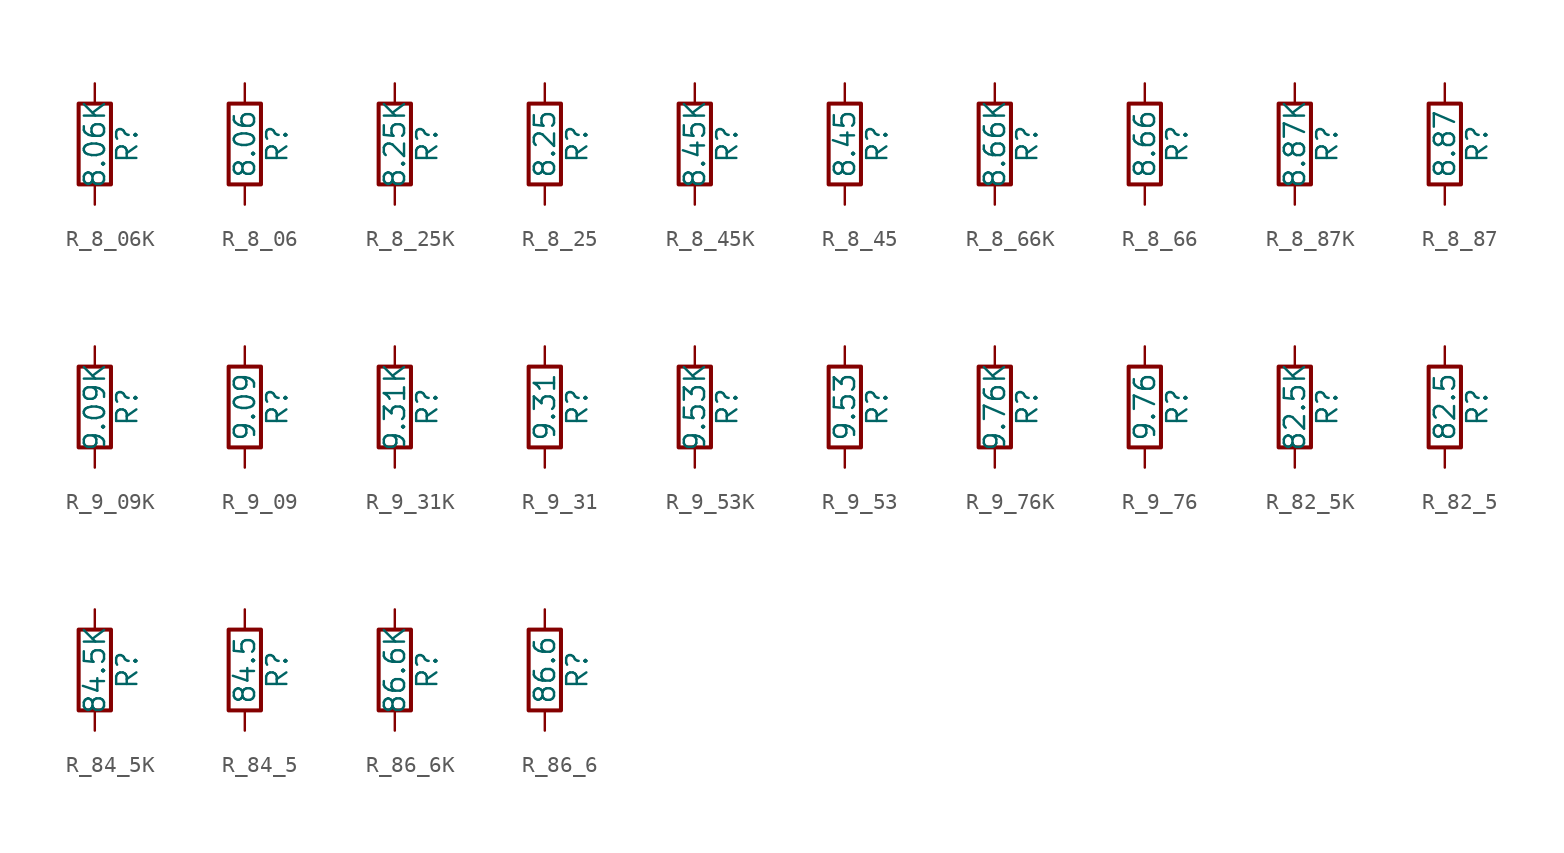
<source format=kicad_sym>
(kicad_symbol_lib
  (version 20211014)
  (generator atlantix-eda)
  (symbol "R_8_06K"
    (pin_numbers hide)
    (pin_names
      (offset 0))
    (property "Reference" "R"
      (at 2.032 0 90)
      (effects (font (size 1.27 1.27))))
    (property "Value" "8.06K"
      (at 0 0 90)
      (effects (font (size 1.27 1.27))))
    (symbol "R_8_06K_0_1"
      (rectangle (start -1.016 -2.54) (end 1.016 2.54) (stroke (width 0.254) (type default) (color 0 0 0 0)) (fill (type none))))
    (symbol "R_8_06K_1_1"
      (pin passive line (at 0 3.81 270) (length 1.27) (name "~" (effects (font (size 1.27 1.27)))) (number "1" (effects (font (size 1.27 1.27)))))
      (pin passive line (at 0 -3.81 90) (length 1.27) (name "~" (effects (font (size 1.27 1.27)))) (number "2" (effects (font (size 1.27 1.27)))))))
  (symbol "R_8_06"
    (pin_numbers hide)
    (pin_names
      (offset 0))
    (property "Reference" "R"
      (at 2.032 0 90)
      (effects (font (size 1.27 1.27))))
    (property "Value" "8.06"
      (at 0 0 90)
      (effects (font (size 1.27 1.27))))
    (symbol "R_8_06_0_1"
      (rectangle (start -1.016 -2.54) (end 1.016 2.54) (stroke (width 0.254) (type default) (color 0 0 0 0)) (fill (type none))))
    (symbol "R_8_06_1_1"
      (pin passive line (at 0 3.81 270) (length 1.27) (name "~" (effects (font (size 1.27 1.27)))) (number "1" (effects (font (size 1.27 1.27)))))
      (pin passive line (at 0 -3.81 90) (length 1.27) (name "~" (effects (font (size 1.27 1.27)))) (number "2" (effects (font (size 1.27 1.27)))))))
  (symbol "R_8_25K"
    (pin_numbers hide)
    (pin_names
      (offset 0))
    (property "Reference" "R"
      (at 2.032 0 90)
      (effects (font (size 1.27 1.27))))
    (property "Value" "8.25K"
      (at 0 0 90)
      (effects (font (size 1.27 1.27))))
    (symbol "R_8_25K_0_1"
      (rectangle (start -1.016 -2.54) (end 1.016 2.54) (stroke (width 0.254) (type default) (color 0 0 0 0)) (fill (type none))))
    (symbol "R_8_25K_1_1"
      (pin passive line (at 0 3.81 270) (length 1.27) (name "~" (effects (font (size 1.27 1.27)))) (number "1" (effects (font (size 1.27 1.27)))))
      (pin passive line (at 0 -3.81 90) (length 1.27) (name "~" (effects (font (size 1.27 1.27)))) (number "2" (effects (font (size 1.27 1.27)))))))
  (symbol "R_8_25"
    (pin_numbers hide)
    (pin_names
      (offset 0))
    (property "Reference" "R"
      (at 2.032 0 90)
      (effects (font (size 1.27 1.27))))
    (property "Value" "8.25"
      (at 0 0 90)
      (effects (font (size 1.27 1.27))))
    (symbol "R_8_25_0_1"
      (rectangle (start -1.016 -2.54) (end 1.016 2.54) (stroke (width 0.254) (type default) (color 0 0 0 0)) (fill (type none))))
    (symbol "R_8_25_1_1"
      (pin passive line (at 0 3.81 270) (length 1.27) (name "~" (effects (font (size 1.27 1.27)))) (number "1" (effects (font (size 1.27 1.27)))))
      (pin passive line (at 0 -3.81 90) (length 1.27) (name "~" (effects (font (size 1.27 1.27)))) (number "2" (effects (font (size 1.27 1.27)))))))
  (symbol "R_8_45K"
    (pin_numbers hide)
    (pin_names
      (offset 0))
    (property "Reference" "R"
      (at 2.032 0 90)
      (effects (font (size 1.27 1.27))))
    (property "Value" "8.45K"
      (at 0 0 90)
      (effects (font (size 1.27 1.27))))
    (symbol "R_8_45K_0_1"
      (rectangle (start -1.016 -2.54) (end 1.016 2.54) (stroke (width 0.254) (type default) (color 0 0 0 0)) (fill (type none))))
    (symbol "R_8_45K_1_1"
      (pin passive line (at 0 3.81 270) (length 1.27) (name "~" (effects (font (size 1.27 1.27)))) (number "1" (effects (font (size 1.27 1.27)))))
      (pin passive line (at 0 -3.81 90) (length 1.27) (name "~" (effects (font (size 1.27 1.27)))) (number "2" (effects (font (size 1.27 1.27)))))))
  (symbol "R_8_45"
    (pin_numbers hide)
    (pin_names
      (offset 0))
    (property "Reference" "R"
      (at 2.032 0 90)
      (effects (font (size 1.27 1.27))))
    (property "Value" "8.45"
      (at 0 0 90)
      (effects (font (size 1.27 1.27))))
    (symbol "R_8_45_0_1"
      (rectangle (start -1.016 -2.54) (end 1.016 2.54) (stroke (width 0.254) (type default) (color 0 0 0 0)) (fill (type none))))
    (symbol "R_8_45_1_1"
      (pin passive line (at 0 3.81 270) (length 1.27) (name "~" (effects (font (size 1.27 1.27)))) (number "1" (effects (font (size 1.27 1.27)))))
      (pin passive line (at 0 -3.81 90) (length 1.27) (name "~" (effects (font (size 1.27 1.27)))) (number "2" (effects (font (size 1.27 1.27)))))))
  (symbol "R_8_66K"
    (pin_numbers hide)
    (pin_names
      (offset 0))
    (property "Reference" "R"
      (at 2.032 0 90)
      (effects (font (size 1.27 1.27))))
    (property "Value" "8.66K"
      (at 0 0 90)
      (effects (font (size 1.27 1.27))))
    (symbol "R_8_66K_0_1"
      (rectangle (start -1.016 -2.54) (end 1.016 2.54) (stroke (width 0.254) (type default) (color 0 0 0 0)) (fill (type none))))
    (symbol "R_8_66K_1_1"
      (pin passive line (at 0 3.81 270) (length 1.27) (name "~" (effects (font (size 1.27 1.27)))) (number "1" (effects (font (size 1.27 1.27)))))
      (pin passive line (at 0 -3.81 90) (length 1.27) (name "~" (effects (font (size 1.27 1.27)))) (number "2" (effects (font (size 1.27 1.27)))))))
  (symbol "R_8_66"
    (pin_numbers hide)
    (pin_names
      (offset 0))
    (property "Reference" "R"
      (at 2.032 0 90)
      (effects (font (size 1.27 1.27))))
    (property "Value" "8.66"
      (at 0 0 90)
      (effects (font (size 1.27 1.27))))
    (symbol "R_8_66_0_1"
      (rectangle (start -1.016 -2.54) (end 1.016 2.54) (stroke (width 0.254) (type default) (color 0 0 0 0)) (fill (type none))))
    (symbol "R_8_66_1_1"
      (pin passive line (at 0 3.81 270) (length 1.27) (name "~" (effects (font (size 1.27 1.27)))) (number "1" (effects (font (size 1.27 1.27)))))
      (pin passive line (at 0 -3.81 90) (length 1.27) (name "~" (effects (font (size 1.27 1.27)))) (number "2" (effects (font (size 1.27 1.27)))))))
  (symbol "R_8_87K"
    (pin_numbers hide)
    (pin_names
      (offset 0))
    (property "Reference" "R"
      (at 2.032 0 90)
      (effects (font (size 1.27 1.27))))
    (property "Value" "8.87K"
      (at 0 0 90)
      (effects (font (size 1.27 1.27))))
    (symbol "R_8_87K_0_1"
      (rectangle (start -1.016 -2.54) (end 1.016 2.54) (stroke (width 0.254) (type default) (color 0 0 0 0)) (fill (type none))))
    (symbol "R_8_87K_1_1"
      (pin passive line (at 0 3.81 270) (length 1.27) (name "~" (effects (font (size 1.27 1.27)))) (number "1" (effects (font (size 1.27 1.27)))))
      (pin passive line (at 0 -3.81 90) (length 1.27) (name "~" (effects (font (size 1.27 1.27)))) (number "2" (effects (font (size 1.27 1.27)))))))
  (symbol "R_8_87"
    (pin_numbers hide)
    (pin_names
      (offset 0))
    (property "Reference" "R"
      (at 2.032 0 90)
      (effects (font (size 1.27 1.27))))
    (property "Value" "8.87"
      (at 0 0 90)
      (effects (font (size 1.27 1.27))))
    (symbol "R_8_87_0_1"
      (rectangle (start -1.016 -2.54) (end 1.016 2.54) (stroke (width 0.254) (type default) (color 0 0 0 0)) (fill (type none))))
    (symbol "R_8_87_1_1"
      (pin passive line (at 0 3.81 270) (length 1.27) (name "~" (effects (font (size 1.27 1.27)))) (number "1" (effects (font (size 1.27 1.27)))))
      (pin passive line (at 0 -3.81 90) (length 1.27) (name "~" (effects (font (size 1.27 1.27)))) (number "2" (effects (font (size 1.27 1.27)))))))
  (symbol "R_9_09K"
    (pin_numbers hide)
    (pin_names
      (offset 0))
    (property "Reference" "R"
      (at 2.032 0 90)
      (effects (font (size 1.27 1.27))))
    (property "Value" "9.09K"
      (at 0 0 90)
      (effects (font (size 1.27 1.27))))
    (symbol "R_9_09K_0_1"
      (rectangle (start -1.016 -2.54) (end 1.016 2.54) (stroke (width 0.254) (type default) (color 0 0 0 0)) (fill (type none))))
    (symbol "R_9_09K_1_1"
      (pin passive line (at 0 3.81 270) (length 1.27) (name "~" (effects (font (size 1.27 1.27)))) (number "1" (effects (font (size 1.27 1.27)))))
      (pin passive line (at 0 -3.81 90) (length 1.27) (name "~" (effects (font (size 1.27 1.27)))) (number "2" (effects (font (size 1.27 1.27)))))))
  (symbol "R_9_09"
    (pin_numbers hide)
    (pin_names
      (offset 0))
    (property "Reference" "R"
      (at 2.032 0 90)
      (effects (font (size 1.27 1.27))))
    (property "Value" "9.09"
      (at 0 0 90)
      (effects (font (size 1.27 1.27))))
    (symbol "R_9_09_0_1"
      (rectangle (start -1.016 -2.54) (end 1.016 2.54) (stroke (width 0.254) (type default) (color 0 0 0 0)) (fill (type none))))
    (symbol "R_9_09_1_1"
      (pin passive line (at 0 3.81 270) (length 1.27) (name "~" (effects (font (size 1.27 1.27)))) (number "1" (effects (font (size 1.27 1.27)))))
      (pin passive line (at 0 -3.81 90) (length 1.27) (name "~" (effects (font (size 1.27 1.27)))) (number "2" (effects (font (size 1.27 1.27)))))))
  (symbol "R_9_31K"
    (pin_numbers hide)
    (pin_names
      (offset 0))
    (property "Reference" "R"
      (at 2.032 0 90)
      (effects (font (size 1.27 1.27))))
    (property "Value" "9.31K"
      (at 0 0 90)
      (effects (font (size 1.27 1.27))))
    (symbol "R_9_31K_0_1"
      (rectangle (start -1.016 -2.54) (end 1.016 2.54) (stroke (width 0.254) (type default) (color 0 0 0 0)) (fill (type none))))
    (symbol "R_9_31K_1_1"
      (pin passive line (at 0 3.81 270) (length 1.27) (name "~" (effects (font (size 1.27 1.27)))) (number "1" (effects (font (size 1.27 1.27)))))
      (pin passive line (at 0 -3.81 90) (length 1.27) (name "~" (effects (font (size 1.27 1.27)))) (number "2" (effects (font (size 1.27 1.27)))))))
  (symbol "R_9_31"
    (pin_numbers hide)
    (pin_names
      (offset 0))
    (property "Reference" "R"
      (at 2.032 0 90)
      (effects (font (size 1.27 1.27))))
    (property "Value" "9.31"
      (at 0 0 90)
      (effects (font (size 1.27 1.27))))
    (symbol "R_9_31_0_1"
      (rectangle (start -1.016 -2.54) (end 1.016 2.54) (stroke (width 0.254) (type default) (color 0 0 0 0)) (fill (type none))))
    (symbol "R_9_31_1_1"
      (pin passive line (at 0 3.81 270) (length 1.27) (name "~" (effects (font (size 1.27 1.27)))) (number "1" (effects (font (size 1.27 1.27)))))
      (pin passive line (at 0 -3.81 90) (length 1.27) (name "~" (effects (font (size 1.27 1.27)))) (number "2" (effects (font (size 1.27 1.27)))))))
  (symbol "R_9_53K"
    (pin_numbers hide)
    (pin_names
      (offset 0))
    (property "Reference" "R"
      (at 2.032 0 90)
      (effects (font (size 1.27 1.27))))
    (property "Value" "9.53K"
      (at 0 0 90)
      (effects (font (size 1.27 1.27))))
    (symbol "R_9_53K_0_1"
      (rectangle (start -1.016 -2.54) (end 1.016 2.54) (stroke (width 0.254) (type default) (color 0 0 0 0)) (fill (type none))))
    (symbol "R_9_53K_1_1"
      (pin passive line (at 0 3.81 270) (length 1.27) (name "~" (effects (font (size 1.27 1.27)))) (number "1" (effects (font (size 1.27 1.27)))))
      (pin passive line (at 0 -3.81 90) (length 1.27) (name "~" (effects (font (size 1.27 1.27)))) (number "2" (effects (font (size 1.27 1.27)))))))
  (symbol "R_9_53"
    (pin_numbers hide)
    (pin_names
      (offset 0))
    (property "Reference" "R"
      (at 2.032 0 90)
      (effects (font (size 1.27 1.27))))
    (property "Value" "9.53"
      (at 0 0 90)
      (effects (font (size 1.27 1.27))))
    (symbol "R_9_53_0_1"
      (rectangle (start -1.016 -2.54) (end 1.016 2.54) (stroke (width 0.254) (type default) (color 0 0 0 0)) (fill (type none))))
    (symbol "R_9_53_1_1"
      (pin passive line (at 0 3.81 270) (length 1.27) (name "~" (effects (font (size 1.27 1.27)))) (number "1" (effects (font (size 1.27 1.27)))))
      (pin passive line (at 0 -3.81 90) (length 1.27) (name "~" (effects (font (size 1.27 1.27)))) (number "2" (effects (font (size 1.27 1.27)))))))
  (symbol "R_9_76K"
    (pin_numbers hide)
    (pin_names
      (offset 0))
    (property "Reference" "R"
      (at 2.032 0 90)
      (effects (font (size 1.27 1.27))))
    (property "Value" "9.76K"
      (at 0 0 90)
      (effects (font (size 1.27 1.27))))
    (symbol "R_9_76K_0_1"
      (rectangle (start -1.016 -2.54) (end 1.016 2.54) (stroke (width 0.254) (type default) (color 0 0 0 0)) (fill (type none))))
    (symbol "R_9_76K_1_1"
      (pin passive line (at 0 3.81 270) (length 1.27) (name "~" (effects (font (size 1.27 1.27)))) (number "1" (effects (font (size 1.27 1.27)))))
      (pin passive line (at 0 -3.81 90) (length 1.27) (name "~" (effects (font (size 1.27 1.27)))) (number "2" (effects (font (size 1.27 1.27)))))))
  (symbol "R_9_76"
    (pin_numbers hide)
    (pin_names
      (offset 0))
    (property "Reference" "R"
      (at 2.032 0 90)
      (effects (font (size 1.27 1.27))))
    (property "Value" "9.76"
      (at 0 0 90)
      (effects (font (size 1.27 1.27))))
    (symbol "R_9_76_0_1"
      (rectangle (start -1.016 -2.54) (end 1.016 2.54) (stroke (width 0.254) (type default) (color 0 0 0 0)) (fill (type none))))
    (symbol "R_9_76_1_1"
      (pin passive line (at 0 3.81 270) (length 1.27) (name "~" (effects (font (size 1.27 1.27)))) (number "1" (effects (font (size 1.27 1.27)))))
      (pin passive line (at 0 -3.81 90) (length 1.27) (name "~" (effects (font (size 1.27 1.27)))) (number "2" (effects (font (size 1.27 1.27)))))))
  (symbol "R_82_5K"
    (pin_numbers hide)
    (pin_names
      (offset 0))
    (property "Reference" "R"
      (at 2.032 0 90)
      (effects (font (size 1.27 1.27))))
    (property "Value" "82.5K"
      (at 0 0 90)
      (effects (font (size 1.27 1.27))))
    (symbol "R_82_5K_0_1"
      (rectangle (start -1.016 -2.54) (end 1.016 2.54) (stroke (width 0.254) (type default) (color 0 0 0 0)) (fill (type none))))
    (symbol "R_82_5K_1_1"
      (pin passive line (at 0 3.81 270) (length 1.27) (name "~" (effects (font (size 1.27 1.27)))) (number "1" (effects (font (size 1.27 1.27)))))
      (pin passive line (at 0 -3.81 90) (length 1.27) (name "~" (effects (font (size 1.27 1.27)))) (number "2" (effects (font (size 1.27 1.27)))))))
  (symbol "R_82_5"
    (pin_numbers hide)
    (pin_names
      (offset 0))
    (property "Reference" "R"
      (at 2.032 0 90)
      (effects (font (size 1.27 1.27))))
    (property "Value" "82.5"
      (at 0 0 90)
      (effects (font (size 1.27 1.27))))
    (symbol "R_82_5_0_1"
      (rectangle (start -1.016 -2.54) (end 1.016 2.54) (stroke (width 0.254) (type default) (color 0 0 0 0)) (fill (type none))))
    (symbol "R_82_5_1_1"
      (pin passive line (at 0 3.81 270) (length 1.27) (name "~" (effects (font (size 1.27 1.27)))) (number "1" (effects (font (size 1.27 1.27)))))
      (pin passive line (at 0 -3.81 90) (length 1.27) (name "~" (effects (font (size 1.27 1.27)))) (number "2" (effects (font (size 1.27 1.27)))))))
  (symbol "R_84_5K"
    (pin_numbers hide)
    (pin_names
      (offset 0))
    (property "Reference" "R"
      (at 2.032 0 90)
      (effects (font (size 1.27 1.27))))
    (property "Value" "84.5K"
      (at 0 0 90)
      (effects (font (size 1.27 1.27))))
    (symbol "R_84_5K_0_1"
      (rectangle (start -1.016 -2.54) (end 1.016 2.54) (stroke (width 0.254) (type default) (color 0 0 0 0)) (fill (type none))))
    (symbol "R_84_5K_1_1"
      (pin passive line (at 0 3.81 270) (length 1.27) (name "~" (effects (font (size 1.27 1.27)))) (number "1" (effects (font (size 1.27 1.27)))))
      (pin passive line (at 0 -3.81 90) (length 1.27) (name "~" (effects (font (size 1.27 1.27)))) (number "2" (effects (font (size 1.27 1.27)))))))
  (symbol "R_84_5"
    (pin_numbers hide)
    (pin_names
      (offset 0))
    (property "Reference" "R"
      (at 2.032 0 90)
      (effects (font (size 1.27 1.27))))
    (property "Value" "84.5"
      (at 0 0 90)
      (effects (font (size 1.27 1.27))))
    (symbol "R_84_5_0_1"
      (rectangle (start -1.016 -2.54) (end 1.016 2.54) (stroke (width 0.254) (type default) (color 0 0 0 0)) (fill (type none))))
    (symbol "R_84_5_1_1"
      (pin passive line (at 0 3.81 270) (length 1.27) (name "~" (effects (font (size 1.27 1.27)))) (number "1" (effects (font (size 1.27 1.27)))))
      (pin passive line (at 0 -3.81 90) (length 1.27) (name "~" (effects (font (size 1.27 1.27)))) (number "2" (effects (font (size 1.27 1.27)))))))
  (symbol "R_86_6K"
    (pin_numbers hide)
    (pin_names
      (offset 0))
    (property "Reference" "R"
      (at 2.032 0 90)
      (effects (font (size 1.27 1.27))))
    (property "Value" "86.6K"
      (at 0 0 90)
      (effects (font (size 1.27 1.27))))
    (symbol "R_86_6K_0_1"
      (rectangle (start -1.016 -2.54) (end 1.016 2.54) (stroke (width 0.254) (type default) (color 0 0 0 0)) (fill (type none))))
    (symbol "R_86_6K_1_1"
      (pin passive line (at 0 3.81 270) (length 1.27) (name "~" (effects (font (size 1.27 1.27)))) (number "1" (effects (font (size 1.27 1.27)))))
      (pin passive line (at 0 -3.81 90) (length 1.27) (name "~" (effects (font (size 1.27 1.27)))) (number "2" (effects (font (size 1.27 1.27)))))))
  (symbol "R_86_6"
    (pin_numbers hide)
    (pin_names
      (offset 0))
    (property "Reference" "R"
      (at 2.032 0 90)
      (effects (font (size 1.27 1.27))))
    (property "Value" "86.6"
      (at 0 0 90)
      (effects (font (size 1.27 1.27))))
    (symbol "R_86_6_0_1"
      (rectangle (start -1.016 -2.54) (end 1.016 2.54) (stroke (width 0.254) (type default) (color 0 0 0 0)) (fill (type none))))
    (symbol "R_86_6_1_1"
      (pin passive line (at 0 3.81 270) (length 1.27) (name "~" (effects (font (size 1.27 1.27)))) (number "1" (effects (font (size 1.27 1.27)))))
      (pin passive line (at 0 -3.81 90) (length 1.27) (name "~" (effects (font (size 1.27 1.27)))) (number "2" (effects (font (size 1.27 1.27))))))))
</source>
